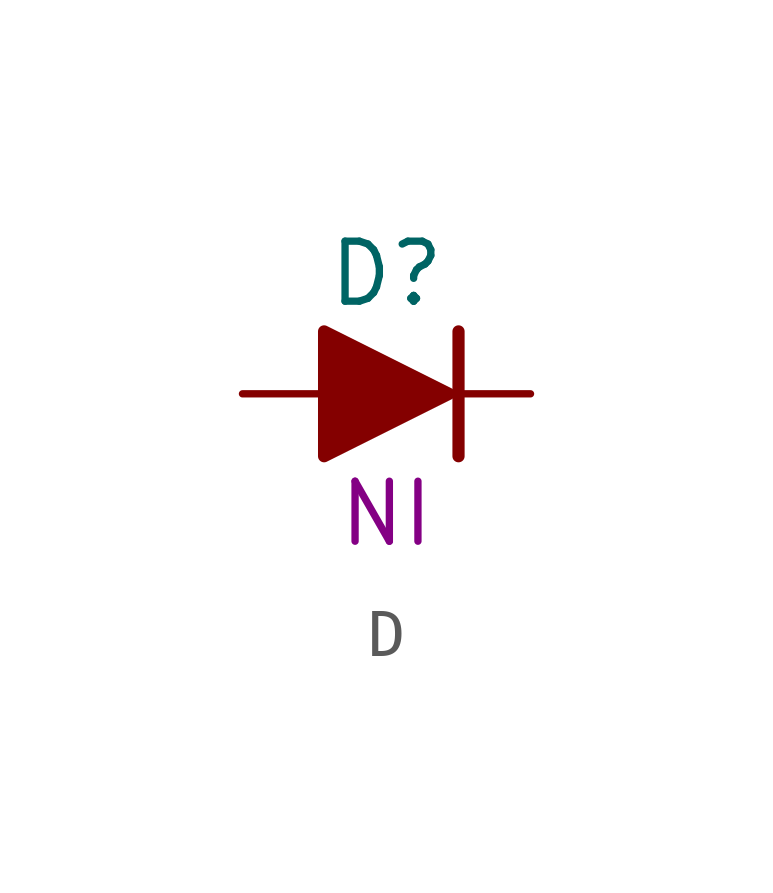
<source format=kicad_sym>
(kicad_symbol_lib
  (version 20241209)
  (generator "kicad_symbol_editor")
  (generator_version "9.0")
  (symbol "D"
    (pin_numbers
      (hide yes))
    (pin_names
      (offset 0)
      (hide yes))
    (property "Reference" "D"
      (at 3 2.5 0)
      (do_not_autoplace)
      (effects (font (size 1.25 1.25))))
    (property "Part#" "NI"
      (at 3 -2.5 0)
      (do_not_autoplace)
      (effects (font (size 1.25 1.25))))
    (symbol "D_0_1"
      (polyline (pts (xy 1.7 -1.3) (xy 1.7 1.3) (xy 4.3 0) (xy 1.7 -1.3)) (stroke (width 0.254) (type default)) (fill (type outline)))
      (polyline (pts (xy 1.73 0) (xy 4.27 0)) (stroke (width 0) (type default)) (fill (type none)))
      (polyline (pts (xy 4.5 -1.3) (xy 4.5 1.3)) (stroke (width 0.254) (type default)) (fill (type none))))
    (symbol "D_1_1"
      (pin passive line (at 0 0 0) (length 2.54) (name "A" (effects (font (size 1.25 1.25)))) (number "A" (effects (font (size 1.25 1.25)))))
      (pin passive line (at 6 0 180) (length 2.54) (name "K" (effects (font (size 1.25 1.25)))) (number "K" (effects (font (size 1.25 1.25))))))))
</source>
